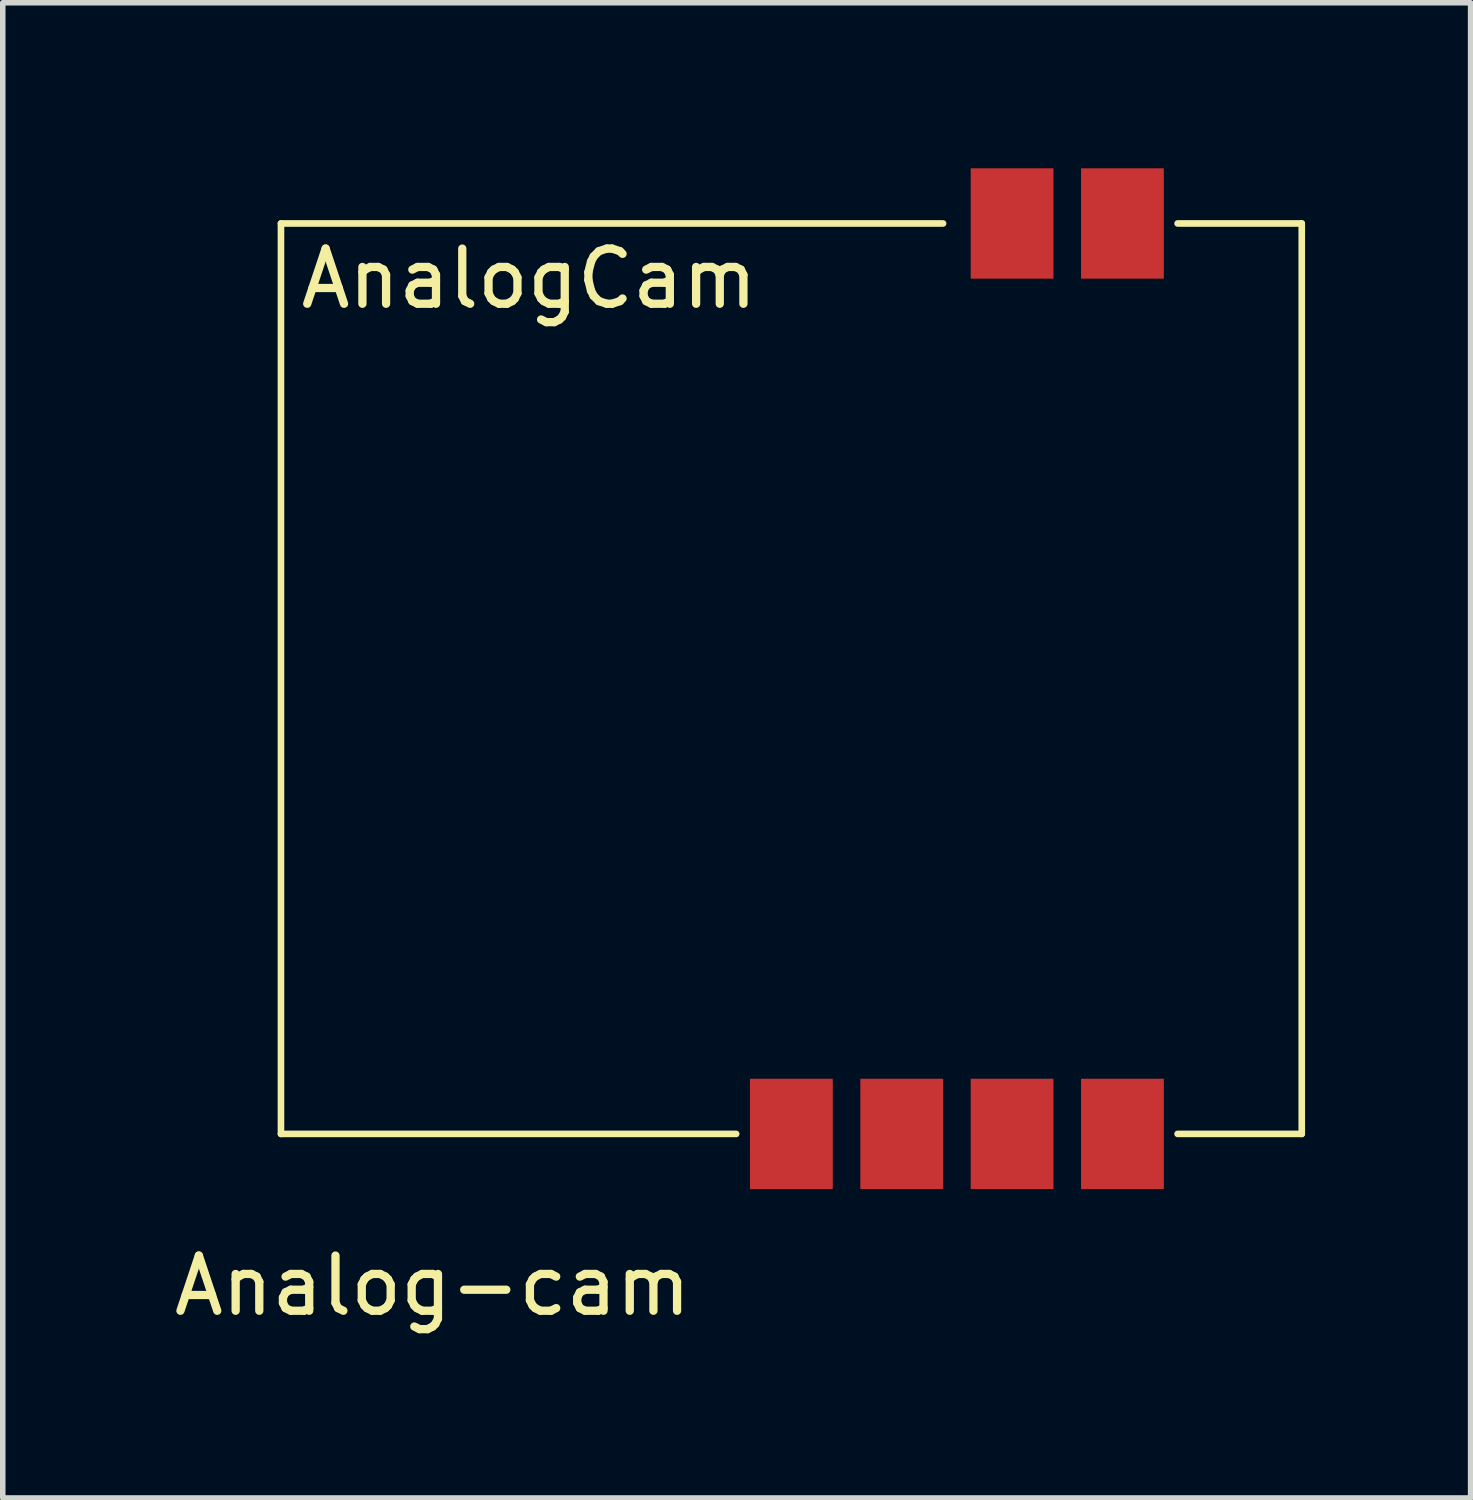
<source format=kicad_pcb>
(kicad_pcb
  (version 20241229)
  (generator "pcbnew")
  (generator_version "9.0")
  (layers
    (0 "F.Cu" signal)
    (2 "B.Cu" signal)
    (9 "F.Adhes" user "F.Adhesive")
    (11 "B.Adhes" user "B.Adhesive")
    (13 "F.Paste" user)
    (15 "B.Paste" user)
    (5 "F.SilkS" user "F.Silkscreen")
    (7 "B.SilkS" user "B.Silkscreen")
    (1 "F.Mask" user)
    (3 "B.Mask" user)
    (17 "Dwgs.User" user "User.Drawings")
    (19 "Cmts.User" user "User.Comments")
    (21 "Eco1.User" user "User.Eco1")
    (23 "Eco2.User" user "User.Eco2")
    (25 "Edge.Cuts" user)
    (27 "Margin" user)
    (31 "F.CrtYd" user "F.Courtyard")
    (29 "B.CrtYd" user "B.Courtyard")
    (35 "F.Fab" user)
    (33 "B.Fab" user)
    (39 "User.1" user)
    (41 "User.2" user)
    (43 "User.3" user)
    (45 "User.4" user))
  (footprint "Analog-cam"
    (layer "F.Cu")
    (at 11.542 17.5)
    (property "Reference" "Analog-cam" (at -6.75 2.75 0) (layer "F.SilkS") (effects (font (size 1 1) (thickness 0.15))))
    (attr through_hole)
    (fp_line (start -9.5 -16.5) (end -9.5 0) (stroke (width 0.12) (type solid)) (layer "F.SilkS"))
    (fp_line (start -9.5 0) (end -1.25 0) (stroke (width 0.12) (type solid)) (layer "F.SilkS"))
    (fp_line (start 2.5 -16.5) (end -9.5 -16.5) (stroke (width 0.12) (type solid)) (layer "F.SilkS"))
    (fp_line (start 9 -16.5) (end 6.75 -16.5) (stroke (width 0.12) (type solid)) (layer "F.SilkS"))
    (fp_line (start 9 0) (end 6.75 0) (stroke (width 0.12) (type solid)) (layer "F.SilkS"))
    (fp_line (start 9 0) (end 9 -16.5) (stroke (width 0.12) (type solid)) (layer "F.SilkS"))
    (fp_text user "AnalogCam" (at -5 -15.5 0) (layer "F.SilkS") (effects (font (size 1 1) (thickness 0.15))))
    (pad "1" smd rect (at -0.25 0) (size 1.5 2) (layers "F.Cu" "F.Mask" "F.Paste"))
    (pad "2" smd rect (at 1.75 0) (size 1.5 2) (layers "F.Cu" "F.Mask" "F.Paste"))
    (pad "3" smd rect (at 3.75 0) (size 1.5 2) (layers "F.Cu" "F.Mask" "F.Paste"))
    (pad "4" smd rect (at 5.75 0) (size 1.5 2) (layers "F.Cu" "F.Mask" "F.Paste"))
    (pad "5" smd rect (at 3.75 -16.5) (size 1.5 2) (layers "F.Cu" "F.Mask" "F.Paste"))
    (pad "6" smd rect (at 5.75 -16.5) (size 1.5 2) (layers "F.Cu" "F.Mask" "F.Paste")))
  (gr_rect
    (start -3 -3)
    (end 23.602 24.098)
    (stroke (width 0.1) (type default))
    (fill no)
    (layer "Edge.Cuts")))
</source>
